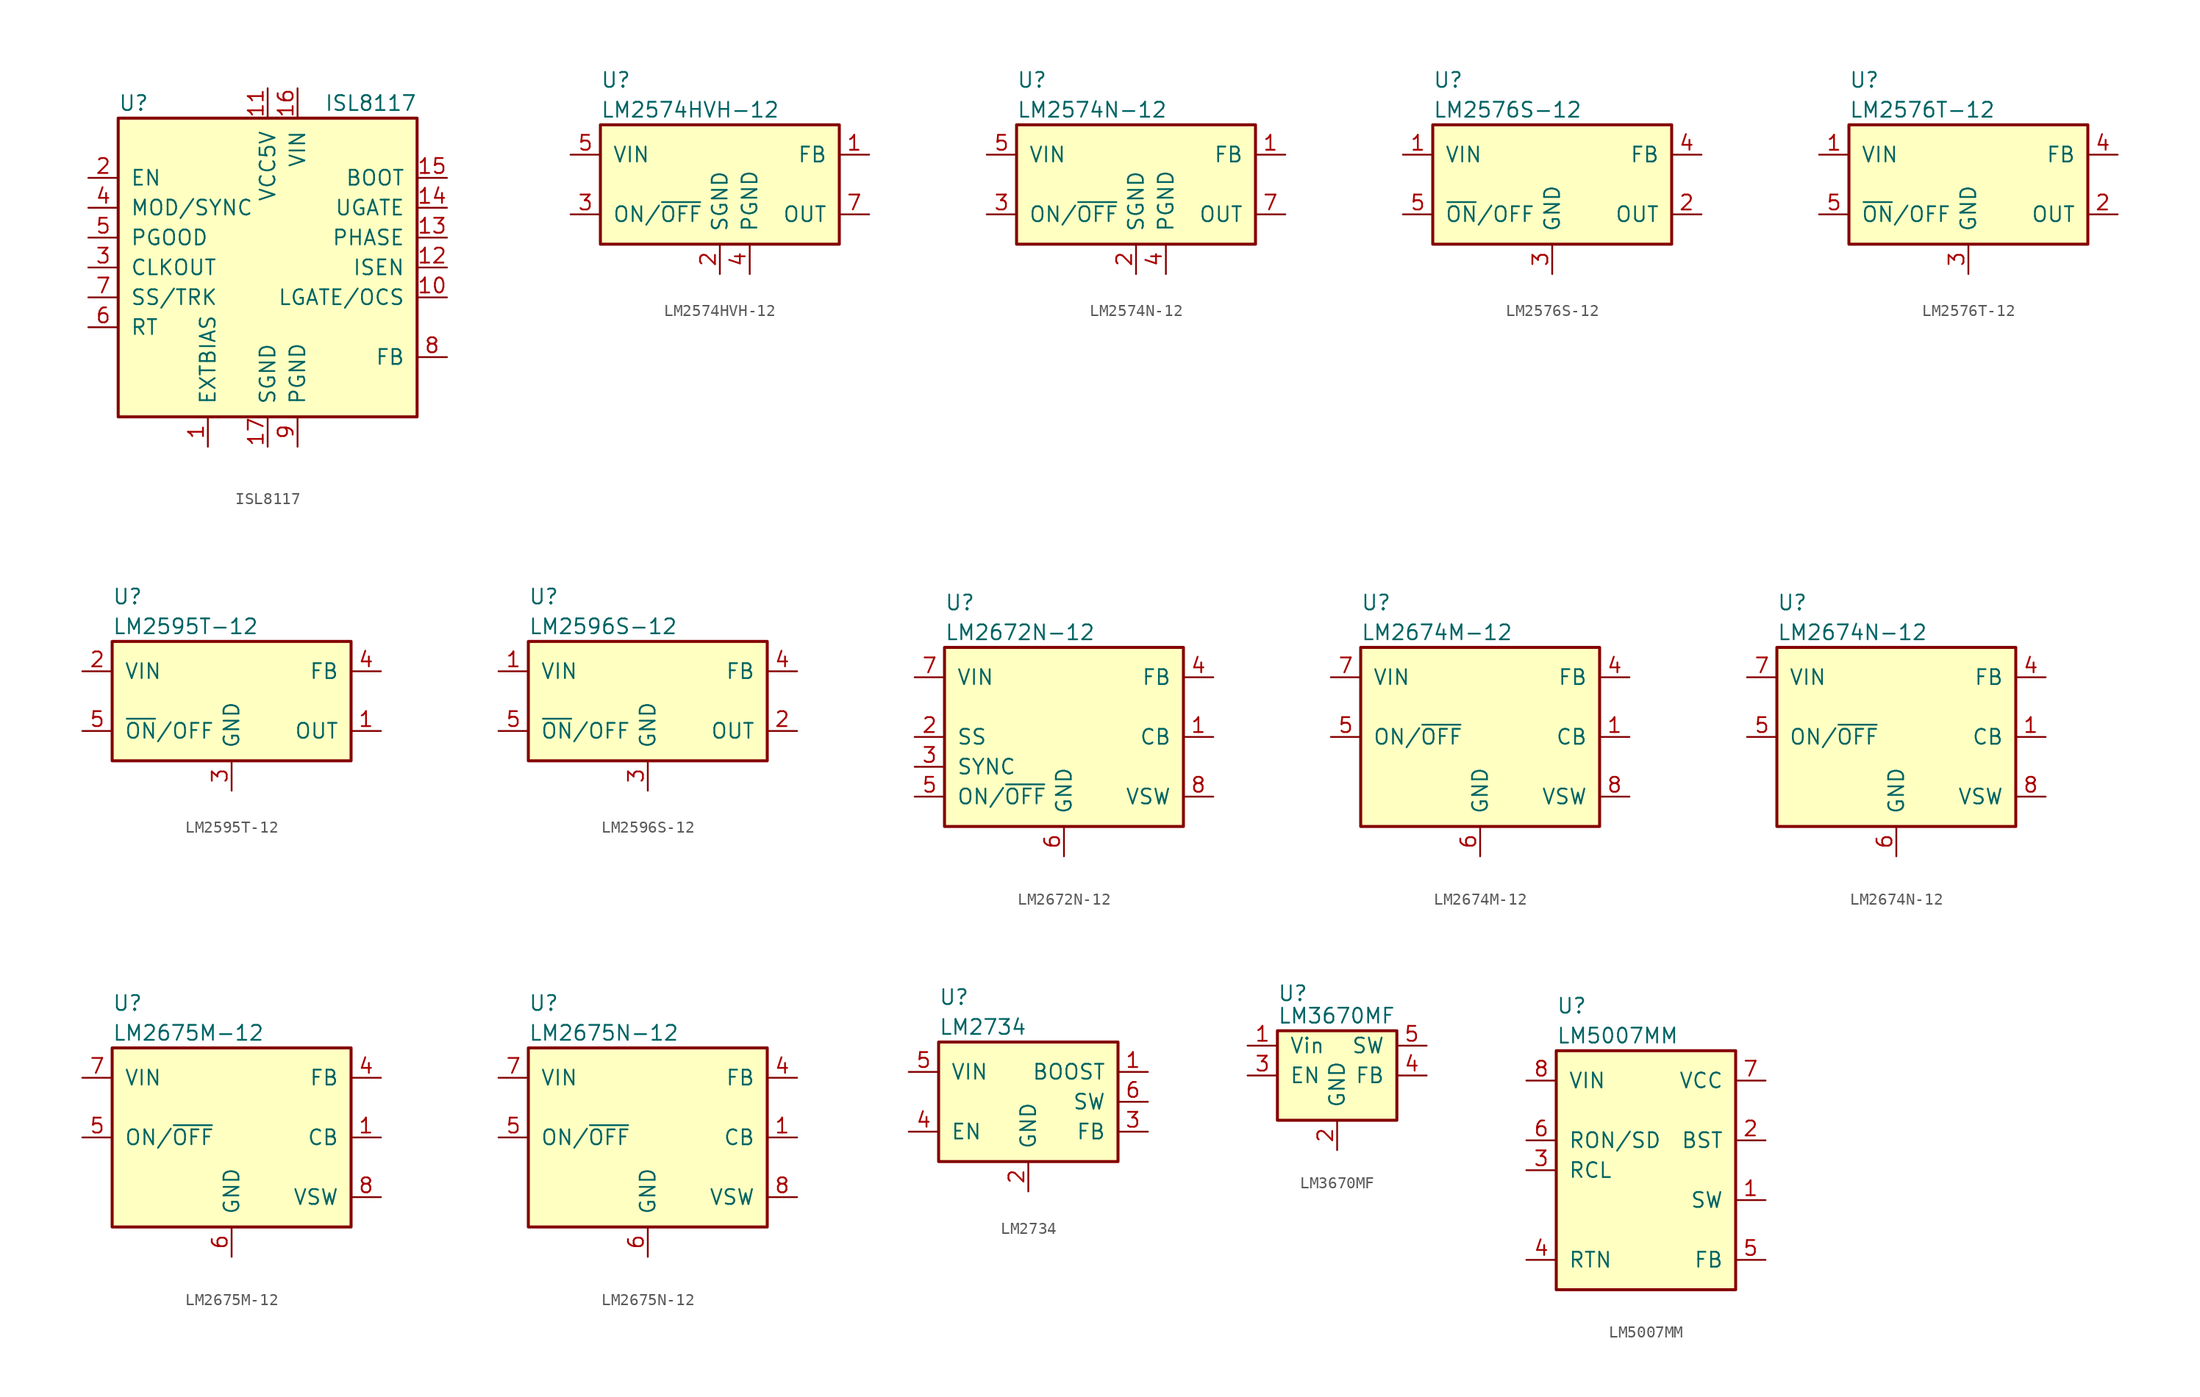
<source format=kicad_sym>
(kicad_symbol_lib
  (version 20211014)
  (generator kicad_symbol_editor)
  (symbol "ISL8117"
    (pin_names
      (offset 1.016))
    (property "Reference" "U"
      (at -12.7 13.97 0)
      (effects (font (size 1.27 1.27)) (justify left)))
    (property "Value" "ISL8117"
      (at 12.7 13.97 0)
      (effects (font (size 1.27 1.27)) (justify right)))
    (symbol "ISL8117_0_1"
      (rectangle (start -12.7 12.7) (end 12.7 -12.7) (stroke (width 0.254) (type default) (color 0 0 0 0)) (fill (type background))))
    (symbol "ISL8117_1_1"
      (pin input line (at -5.08 -15.24 90) (length 2.54) (name "EXTBIAS" (effects (font (size 1.27 1.27)))) (number "1" (effects (font (size 1.27 1.27)))))
      (pin input line (at 15.24 -2.54 180) (length 2.54) (name "LGATE/OCS" (effects (font (size 1.27 1.27)))) (number "10" (effects (font (size 1.27 1.27)))))
      (pin power_in line (at 0 15.24 270) (length 2.54) (name "VCC5V" (effects (font (size 1.27 1.27)))) (number "11" (effects (font (size 1.27 1.27)))))
      (pin input line (at 15.24 0 180) (length 2.54) (name "ISEN" (effects (font (size 1.27 1.27)))) (number "12" (effects (font (size 1.27 1.27)))))
      (pin input line (at 15.24 2.54 180) (length 2.54) (name "PHASE" (effects (font (size 1.27 1.27)))) (number "13" (effects (font (size 1.27 1.27)))))
      (pin output line (at 15.24 5.08 180) (length 2.54) (name "UGATE" (effects (font (size 1.27 1.27)))) (number "14" (effects (font (size 1.27 1.27)))))
      (pin input line (at 15.24 7.62 180) (length 2.54) (name "BOOT" (effects (font (size 1.27 1.27)))) (number "15" (effects (font (size 1.27 1.27)))))
      (pin power_in line (at 2.54 15.24 270) (length 2.54) (name "VIN" (effects (font (size 1.27 1.27)))) (number "16" (effects (font (size 1.27 1.27)))))
      (pin power_in line (at 0 -15.24 90) (length 2.54) (name "SGND" (effects (font (size 1.27 1.27)))) (number "17" (effects (font (size 1.27 1.27)))))
      (pin input line (at -15.24 7.62 0) (length 2.54) (name "EN" (effects (font (size 1.27 1.27)))) (number "2" (effects (font (size 1.27 1.27)))))
      (pin input line (at -15.24 0 0) (length 2.54) (name "CLKOUT" (effects (font (size 1.27 1.27)))) (number "3" (effects (font (size 1.27 1.27)))))
      (pin input line (at -15.24 5.08 0) (length 2.54) (name "MOD/SYNC" (effects (font (size 1.27 1.27)))) (number "4" (effects (font (size 1.27 1.27)))))
      (pin input line (at -15.24 2.54 0) (length 2.54) (name "PGOOD" (effects (font (size 1.27 1.27)))) (number "5" (effects (font (size 1.27 1.27)))))
      (pin input line (at -15.24 -5.08 0) (length 2.54) (name "RT" (effects (font (size 1.27 1.27)))) (number "6" (effects (font (size 1.27 1.27)))))
      (pin input line (at -15.24 -2.54 0) (length 2.54) (name "SS/TRK" (effects (font (size 1.27 1.27)))) (number "7" (effects (font (size 1.27 1.27)))))
      (pin input line (at 15.24 -7.62 180) (length 2.54) (name "FB" (effects (font (size 1.27 1.27)))) (number "8" (effects (font (size 1.27 1.27)))))
      (pin power_in line (at 2.54 -15.24 90) (length 2.54) (name "PGND" (effects (font (size 1.27 1.27)))) (number "9" (effects (font (size 1.27 1.27)))))))
  (symbol "LM2574HVH-12"
    (pin_names
      (offset 1.016))
    (property "Reference" "U"
      (at -10.16 8.89 0)
      (effects (font (size 1.27 1.27)) (justify left)))
    (property "Value" "LM2574HVH-12"
      (at -10.16 6.35 0)
      (effects (font (size 1.27 1.27)) (justify left)))
    (symbol "LM2574HVH-12_0_1"
      (rectangle (start -10.16 5.08) (end 10.16 -5.08) (stroke (width 0.254) (type default) (color 0 0 0 0)) (fill (type background))))
    (symbol "LM2574HVH-12_1_1"
      (pin input line (at 12.7 2.54 180) (length 2.54) (name "FB" (effects (font (size 1.27 1.27)))) (number "1" (effects (font (size 1.27 1.27)))))
      (pin power_in line (at 0 -7.62 90) (length 2.54) (name "SGND" (effects (font (size 1.27 1.27)))) (number "2" (effects (font (size 1.27 1.27)))))
      (pin input line (at -12.7 -2.54 0) (length 2.54) (name "ON/~{OFF}" (effects (font (size 1.27 1.27)))) (number "3" (effects (font (size 1.27 1.27)))))
      (pin power_in line (at 2.54 -7.62 90) (length 2.54) (name "PGND" (effects (font (size 1.27 1.27)))) (number "4" (effects (font (size 1.27 1.27)))))
      (pin power_in line (at -12.7 2.54 0) (length 2.54) (name "VIN" (effects (font (size 1.27 1.27)))) (number "5" (effects (font (size 1.27 1.27)))))
      (pin output line (at 12.7 -2.54 180) (length 2.54) (name "OUT" (effects (font (size 1.27 1.27)))) (number "7" (effects (font (size 1.27 1.27)))))))
  (symbol "LM2574N-12"
    (pin_names
      (offset 1.016))
    (property "Reference" "U"
      (at -10.16 8.89 0)
      (effects (font (size 1.27 1.27)) (justify left)))
    (property "Value" "LM2574N-12"
      (at -10.16 6.35 0)
      (effects (font (size 1.27 1.27)) (justify left)))
    (symbol "LM2574N-12_0_1"
      (rectangle (start -10.16 5.08) (end 10.16 -5.08) (stroke (width 0.254) (type default) (color 0 0 0 0)) (fill (type background))))
    (symbol "LM2574N-12_1_1"
      (pin input line (at 12.7 2.54 180) (length 2.54) (name "FB" (effects (font (size 1.27 1.27)))) (number "1" (effects (font (size 1.27 1.27)))))
      (pin power_in line (at 0 -7.62 90) (length 2.54) (name "SGND" (effects (font (size 1.27 1.27)))) (number "2" (effects (font (size 1.27 1.27)))))
      (pin input line (at -12.7 -2.54 0) (length 2.54) (name "ON/~{OFF}" (effects (font (size 1.27 1.27)))) (number "3" (effects (font (size 1.27 1.27)))))
      (pin power_in line (at 2.54 -7.62 90) (length 2.54) (name "PGND" (effects (font (size 1.27 1.27)))) (number "4" (effects (font (size 1.27 1.27)))))
      (pin power_in line (at -12.7 2.54 0) (length 2.54) (name "VIN" (effects (font (size 1.27 1.27)))) (number "5" (effects (font (size 1.27 1.27)))))
      (pin output line (at 12.7 -2.54 180) (length 2.54) (name "OUT" (effects (font (size 1.27 1.27)))) (number "7" (effects (font (size 1.27 1.27)))))))
  (symbol "LM2576S-12"
    (pin_names
      (offset 1.016))
    (property "Reference" "U"
      (at -10.16 8.89 0)
      (effects (font (size 1.27 1.27)) (justify left)))
    (property "Value" "LM2576S-12"
      (at -10.16 6.35 0)
      (effects (font (size 1.27 1.27)) (justify left)))
    (symbol "LM2576S-12_0_1"
      (rectangle (start -10.16 5.08) (end 10.16 -5.08) (stroke (width 0.254) (type default) (color 0 0 0 0)) (fill (type background))))
    (symbol "LM2576S-12_1_1"
      (pin power_in line (at -12.7 2.54 0) (length 2.54) (name "VIN" (effects (font (size 1.27 1.27)))) (number "1" (effects (font (size 1.27 1.27)))))
      (pin output line (at 12.7 -2.54 180) (length 2.54) (name "OUT" (effects (font (size 1.27 1.27)))) (number "2" (effects (font (size 1.27 1.27)))))
      (pin power_in line (at 0 -7.62 90) (length 2.54) (name "GND" (effects (font (size 1.27 1.27)))) (number "3" (effects (font (size 1.27 1.27)))))
      (pin input line (at 12.7 2.54 180) (length 2.54) (name "FB" (effects (font (size 1.27 1.27)))) (number "4" (effects (font (size 1.27 1.27)))))
      (pin input line (at -12.7 -2.54 0) (length 2.54) (name "~{ON}/OFF" (effects (font (size 1.27 1.27)))) (number "5" (effects (font (size 1.27 1.27)))))))
  (symbol "LM2576T-12"
    (pin_names
      (offset 1.016))
    (property "Reference" "U"
      (at -10.16 8.89 0)
      (effects (font (size 1.27 1.27)) (justify left)))
    (property "Value" "LM2576T-12"
      (at -10.16 6.35 0)
      (effects (font (size 1.27 1.27)) (justify left)))
    (symbol "LM2576T-12_0_1"
      (rectangle (start -10.16 5.08) (end 10.16 -5.08) (stroke (width 0.254) (type default) (color 0 0 0 0)) (fill (type background))))
    (symbol "LM2576T-12_1_1"
      (pin power_in line (at -12.7 2.54 0) (length 2.54) (name "VIN" (effects (font (size 1.27 1.27)))) (number "1" (effects (font (size 1.27 1.27)))))
      (pin output line (at 12.7 -2.54 180) (length 2.54) (name "OUT" (effects (font (size 1.27 1.27)))) (number "2" (effects (font (size 1.27 1.27)))))
      (pin power_in line (at 0 -7.62 90) (length 2.54) (name "GND" (effects (font (size 1.27 1.27)))) (number "3" (effects (font (size 1.27 1.27)))))
      (pin input line (at 12.7 2.54 180) (length 2.54) (name "FB" (effects (font (size 1.27 1.27)))) (number "4" (effects (font (size 1.27 1.27)))))
      (pin input line (at -12.7 -2.54 0) (length 2.54) (name "~{ON}/OFF" (effects (font (size 1.27 1.27)))) (number "5" (effects (font (size 1.27 1.27)))))))
  (symbol "LM2595T-12"
    (pin_names
      (offset 1.016))
    (property "Reference" "U"
      (at -10.16 8.89 0)
      (effects (font (size 1.27 1.27)) (justify left)))
    (property "Value" "LM2595T-12"
      (at -10.16 6.35 0)
      (effects (font (size 1.27 1.27)) (justify left)))
    (symbol "LM2595T-12_0_1"
      (rectangle (start -10.16 5.08) (end 10.16 -5.08) (stroke (width 0.254) (type default) (color 0 0 0 0)) (fill (type background))))
    (symbol "LM2595T-12_1_1"
      (pin output line (at 12.7 -2.54 180) (length 2.54) (name "OUT" (effects (font (size 1.27 1.27)))) (number "1" (effects (font (size 1.27 1.27)))))
      (pin power_in line (at -12.7 2.54 0) (length 2.54) (name "VIN" (effects (font (size 1.27 1.27)))) (number "2" (effects (font (size 1.27 1.27)))))
      (pin power_in line (at 0 -7.62 90) (length 2.54) (name "GND" (effects (font (size 1.27 1.27)))) (number "3" (effects (font (size 1.27 1.27)))))
      (pin input line (at 12.7 2.54 180) (length 2.54) (name "FB" (effects (font (size 1.27 1.27)))) (number "4" (effects (font (size 1.27 1.27)))))
      (pin input line (at -12.7 -2.54 0) (length 2.54) (name "~{ON}/OFF" (effects (font (size 1.27 1.27)))) (number "5" (effects (font (size 1.27 1.27)))))))
  (symbol "LM2596S-12"
    (pin_names
      (offset 1.016))
    (property "Reference" "U"
      (at -10.16 8.89 0)
      (effects (font (size 1.27 1.27)) (justify left)))
    (property "Value" "LM2596S-12"
      (at -10.16 6.35 0)
      (effects (font (size 1.27 1.27)) (justify left)))
    (symbol "LM2596S-12_0_1"
      (rectangle (start -10.16 5.08) (end 10.16 -5.08) (stroke (width 0.254) (type default) (color 0 0 0 0)) (fill (type background))))
    (symbol "LM2596S-12_1_1"
      (pin power_in line (at -12.7 2.54 0) (length 2.54) (name "VIN" (effects (font (size 1.27 1.27)))) (number "1" (effects (font (size 1.27 1.27)))))
      (pin output line (at 12.7 -2.54 180) (length 2.54) (name "OUT" (effects (font (size 1.27 1.27)))) (number "2" (effects (font (size 1.27 1.27)))))
      (pin power_in line (at 0 -7.62 90) (length 2.54) (name "GND" (effects (font (size 1.27 1.27)))) (number "3" (effects (font (size 1.27 1.27)))))
      (pin input line (at 12.7 2.54 180) (length 2.54) (name "FB" (effects (font (size 1.27 1.27)))) (number "4" (effects (font (size 1.27 1.27)))))
      (pin input line (at -12.7 -2.54 0) (length 2.54) (name "~{ON}/OFF" (effects (font (size 1.27 1.27)))) (number "5" (effects (font (size 1.27 1.27)))))))
  (symbol "LM2672N-12"
    (pin_names
      (offset 1.016))
    (property "Reference" "U"
      (at -10.16 11.43 0)
      (effects (font (size 1.27 1.27)) (justify left)))
    (property "Value" "LM2672N-12"
      (at -10.16 8.89 0)
      (effects (font (size 1.27 1.27)) (justify left)))
    (symbol "LM2672N-12_0_1"
      (rectangle (start -10.16 7.62) (end 10.16 -7.62) (stroke (width 0.254) (type default) (color 0 0 0 0)) (fill (type background))))
    (symbol "LM2672N-12_1_1"
      (pin input line (at 12.7 0 180) (length 2.54) (name "CB" (effects (font (size 1.27 1.27)))) (number "1" (effects (font (size 1.27 1.27)))))
      (pin input line (at -12.7 0 0) (length 2.54) (name "SS" (effects (font (size 1.27 1.27)))) (number "2" (effects (font (size 1.27 1.27)))))
      (pin input line (at -12.7 -2.54 0) (length 2.54) (name "SYNC" (effects (font (size 1.27 1.27)))) (number "3" (effects (font (size 1.27 1.27)))))
      (pin input line (at 12.7 5.08 180) (length 2.54) (name "FB" (effects (font (size 1.27 1.27)))) (number "4" (effects (font (size 1.27 1.27)))))
      (pin input line (at -12.7 -5.08 0) (length 2.54) (name "ON/~{OFF}" (effects (font (size 1.27 1.27)))) (number "5" (effects (font (size 1.27 1.27)))))
      (pin power_in line (at 0 -10.16 90) (length 2.54) (name "GND" (effects (font (size 1.27 1.27)))) (number "6" (effects (font (size 1.27 1.27)))))
      (pin power_in line (at -12.7 5.08 0) (length 2.54) (name "VIN" (effects (font (size 1.27 1.27)))) (number "7" (effects (font (size 1.27 1.27)))))
      (pin output line (at 12.7 -5.08 180) (length 2.54) (name "VSW" (effects (font (size 1.27 1.27)))) (number "8" (effects (font (size 1.27 1.27)))))))
  (symbol "LM2674M-12"
    (pin_names
      (offset 1.016))
    (property "Reference" "U"
      (at -10.16 11.43 0)
      (effects (font (size 1.27 1.27)) (justify left)))
    (property "Value" "LM2674M-12"
      (at -10.16 8.89 0)
      (effects (font (size 1.27 1.27)) (justify left)))
    (symbol "LM2674M-12_0_1"
      (rectangle (start -10.16 7.62) (end 10.16 -7.62) (stroke (width 0.254) (type default) (color 0 0 0 0)) (fill (type background))))
    (symbol "LM2674M-12_1_1"
      (pin input line (at 12.7 0 180) (length 2.54) (name "CB" (effects (font (size 1.27 1.27)))) (number "1" (effects (font (size 1.27 1.27)))))
      (pin input line (at 12.7 5.08 180) (length 2.54) (name "FB" (effects (font (size 1.27 1.27)))) (number "4" (effects (font (size 1.27 1.27)))))
      (pin input line (at -12.7 0 0) (length 2.54) (name "ON/~{OFF}" (effects (font (size 1.27 1.27)))) (number "5" (effects (font (size 1.27 1.27)))))
      (pin power_in line (at 0 -10.16 90) (length 2.54) (name "GND" (effects (font (size 1.27 1.27)))) (number "6" (effects (font (size 1.27 1.27)))))
      (pin power_in line (at -12.7 5.08 0) (length 2.54) (name "VIN" (effects (font (size 1.27 1.27)))) (number "7" (effects (font (size 1.27 1.27)))))
      (pin output line (at 12.7 -5.08 180) (length 2.54) (name "VSW" (effects (font (size 1.27 1.27)))) (number "8" (effects (font (size 1.27 1.27)))))))
  (symbol "LM2674N-12"
    (pin_names
      (offset 1.016))
    (property "Reference" "U"
      (at -10.16 11.43 0)
      (effects (font (size 1.27 1.27)) (justify left)))
    (property "Value" "LM2674N-12"
      (at -10.16 8.89 0)
      (effects (font (size 1.27 1.27)) (justify left)))
    (symbol "LM2674N-12_0_1"
      (rectangle (start -10.16 7.62) (end 10.16 -7.62) (stroke (width 0.254) (type default) (color 0 0 0 0)) (fill (type background))))
    (symbol "LM2674N-12_1_1"
      (pin input line (at 12.7 0 180) (length 2.54) (name "CB" (effects (font (size 1.27 1.27)))) (number "1" (effects (font (size 1.27 1.27)))))
      (pin input line (at 12.7 5.08 180) (length 2.54) (name "FB" (effects (font (size 1.27 1.27)))) (number "4" (effects (font (size 1.27 1.27)))))
      (pin input line (at -12.7 0 0) (length 2.54) (name "ON/~{OFF}" (effects (font (size 1.27 1.27)))) (number "5" (effects (font (size 1.27 1.27)))))
      (pin power_in line (at 0 -10.16 90) (length 2.54) (name "GND" (effects (font (size 1.27 1.27)))) (number "6" (effects (font (size 1.27 1.27)))))
      (pin power_in line (at -12.7 5.08 0) (length 2.54) (name "VIN" (effects (font (size 1.27 1.27)))) (number "7" (effects (font (size 1.27 1.27)))))
      (pin output line (at 12.7 -5.08 180) (length 2.54) (name "VSW" (effects (font (size 1.27 1.27)))) (number "8" (effects (font (size 1.27 1.27)))))))
  (symbol "LM2675M-12"
    (pin_names
      (offset 1.016))
    (property "Reference" "U"
      (at -10.16 11.43 0)
      (effects (font (size 1.27 1.27)) (justify left)))
    (property "Value" "LM2675M-12"
      (at -10.16 8.89 0)
      (effects (font (size 1.27 1.27)) (justify left)))
    (symbol "LM2675M-12_0_1"
      (rectangle (start -10.16 7.62) (end 10.16 -7.62) (stroke (width 0.254) (type default) (color 0 0 0 0)) (fill (type background))))
    (symbol "LM2675M-12_1_1"
      (pin input line (at 12.7 0 180) (length 2.54) (name "CB" (effects (font (size 1.27 1.27)))) (number "1" (effects (font (size 1.27 1.27)))))
      (pin input line (at 12.7 5.08 180) (length 2.54) (name "FB" (effects (font (size 1.27 1.27)))) (number "4" (effects (font (size 1.27 1.27)))))
      (pin input line (at -12.7 0 0) (length 2.54) (name "ON/~{OFF}" (effects (font (size 1.27 1.27)))) (number "5" (effects (font (size 1.27 1.27)))))
      (pin power_in line (at 0 -10.16 90) (length 2.54) (name "GND" (effects (font (size 1.27 1.27)))) (number "6" (effects (font (size 1.27 1.27)))))
      (pin power_in line (at -12.7 5.08 0) (length 2.54) (name "VIN" (effects (font (size 1.27 1.27)))) (number "7" (effects (font (size 1.27 1.27)))))
      (pin output line (at 12.7 -5.08 180) (length 2.54) (name "VSW" (effects (font (size 1.27 1.27)))) (number "8" (effects (font (size 1.27 1.27)))))))
  (symbol "LM2675N-12"
    (pin_names
      (offset 1.016))
    (property "Reference" "U"
      (at -10.16 11.43 0)
      (effects (font (size 1.27 1.27)) (justify left)))
    (property "Value" "LM2675N-12"
      (at -10.16 8.89 0)
      (effects (font (size 1.27 1.27)) (justify left)))
    (symbol "LM2675N-12_0_1"
      (rectangle (start -10.16 7.62) (end 10.16 -7.62) (stroke (width 0.254) (type default) (color 0 0 0 0)) (fill (type background))))
    (symbol "LM2675N-12_1_1"
      (pin input line (at 12.7 0 180) (length 2.54) (name "CB" (effects (font (size 1.27 1.27)))) (number "1" (effects (font (size 1.27 1.27)))))
      (pin input line (at 12.7 5.08 180) (length 2.54) (name "FB" (effects (font (size 1.27 1.27)))) (number "4" (effects (font (size 1.27 1.27)))))
      (pin input line (at -12.7 0 0) (length 2.54) (name "ON/~{OFF}" (effects (font (size 1.27 1.27)))) (number "5" (effects (font (size 1.27 1.27)))))
      (pin power_in line (at 0 -10.16 90) (length 2.54) (name "GND" (effects (font (size 1.27 1.27)))) (number "6" (effects (font (size 1.27 1.27)))))
      (pin power_in line (at -12.7 5.08 0) (length 2.54) (name "VIN" (effects (font (size 1.27 1.27)))) (number "7" (effects (font (size 1.27 1.27)))))
      (pin output line (at 12.7 -5.08 180) (length 2.54) (name "VSW" (effects (font (size 1.27 1.27)))) (number "8" (effects (font (size 1.27 1.27)))))))
  (symbol "LM2734"
    (pin_names
      (offset 1.016))
    (property "Reference" "U"
      (at -7.62 8.89 0)
      (effects (font (size 1.27 1.27)) (justify left)))
    (property "Value" "LM2734"
      (at -7.62 6.35 0)
      (effects (font (size 1.27 1.27)) (justify left)))
    (symbol "LM2734_0_1"
      (rectangle (start -7.62 5.08) (end 7.62 -5.08) (stroke (width 0.254) (type default) (color 0 0 0 0)) (fill (type background)))
      (pin input line (at 10.16 2.54 180) (length 2.54) (name "BOOST" (effects (font (size 1.27 1.27)))) (number "1" (effects (font (size 1.27 1.27))))))
    (symbol "LM2734_1_1"
      (pin power_in line (at 0 -7.62 90) (length 2.54) (name "GND" (effects (font (size 1.27 1.27)))) (number "2" (effects (font (size 1.27 1.27)))))
      (pin input line (at 10.16 -2.54 180) (length 2.54) (name "FB" (effects (font (size 1.27 1.27)))) (number "3" (effects (font (size 1.27 1.27)))))
      (pin input line (at -10.16 -2.54 0) (length 2.54) (name "EN" (effects (font (size 1.27 1.27)))) (number "4" (effects (font (size 1.27 1.27)))))
      (pin power_in line (at -10.16 2.54 0) (length 2.54) (name "VIN" (effects (font (size 1.27 1.27)))) (number "5" (effects (font (size 1.27 1.27)))))
      (pin output line (at 10.16 0 180) (length 2.54) (name "SW" (effects (font (size 1.27 1.27)))) (number "6" (effects (font (size 1.27 1.27)))))))
  (symbol "LM3670MF"
    (pin_names
      (offset 1.016))
    (property "Reference" "U"
      (at -5.08 6.985 0)
      (effects (font (size 1.27 1.27)) (justify left)))
    (property "Value" "LM3670MF"
      (at -5.08 5.08 0)
      (effects (font (size 1.27 1.27)) (justify left)))
    (symbol "LM3670MF_0_1"
      (rectangle (start -5.08 3.81) (end 5.08 -3.81) (stroke (width 0.254) (type default) (color 0 0 0 0)) (fill (type background))))
    (symbol "LM3670MF_1_1"
      (pin power_in line (at -7.62 2.54 0) (length 2.54) (name "Vin" (effects (font (size 1.27 1.27)))) (number "1" (effects (font (size 1.27 1.27)))))
      (pin power_in line (at 0 -6.35 90) (length 2.54) (name "GND" (effects (font (size 1.27 1.27)))) (number "2" (effects (font (size 1.27 1.27)))))
      (pin input line (at -7.62 0 0) (length 2.54) (name "EN" (effects (font (size 1.27 1.27)))) (number "3" (effects (font (size 1.27 1.27)))))
      (pin input line (at 7.62 0 180) (length 2.54) (name "FB" (effects (font (size 1.27 1.27)))) (number "4" (effects (font (size 1.27 1.27)))))
      (pin output line (at 7.62 2.54 180) (length 2.54) (name "SW" (effects (font (size 1.27 1.27)))) (number "5" (effects (font (size 1.27 1.27)))))))
  (symbol "LM5007MM"
    (pin_names
      (offset 1.016))
    (property "Reference" "U"
      (at -7.62 13.97 0)
      (effects (font (size 1.27 1.27)) (justify left)))
    (property "Value" "LM5007MM"
      (at -7.62 11.43 0)
      (effects (font (size 1.27 1.27)) (justify left)))
    (symbol "LM5007MM_0_1"
      (rectangle (start -7.62 10.16) (end 7.62 -10.16) (stroke (width 0.254) (type default) (color 0 0 0 0)) (fill (type background))))
    (symbol "LM5007MM_1_1"
      (pin output line (at 10.16 -2.54 180) (length 2.54) (name "SW" (effects (font (size 1.27 1.27)))) (number "1" (effects (font (size 1.27 1.27)))))
      (pin input line (at 10.16 2.54 180) (length 2.54) (name "BST" (effects (font (size 1.27 1.27)))) (number "2" (effects (font (size 1.27 1.27)))))
      (pin input line (at -10.16 0 0) (length 2.54) (name "RCL" (effects (font (size 1.27 1.27)))) (number "3" (effects (font (size 1.27 1.27)))))
      (pin power_in line (at -10.16 -7.62 0) (length 2.54) (name "RTN" (effects (font (size 1.27 1.27)))) (number "4" (effects (font (size 1.27 1.27)))))
      (pin input line (at 10.16 -7.62 180) (length 2.54) (name "FB" (effects (font (size 1.27 1.27)))) (number "5" (effects (font (size 1.27 1.27)))))
      (pin input line (at -10.16 2.54 0) (length 2.54) (name "RON/SD" (effects (font (size 1.27 1.27)))) (number "6" (effects (font (size 1.27 1.27)))))
      (pin output line (at 10.16 7.62 180) (length 2.54) (name "VCC" (effects (font (size 1.27 1.27)))) (number "7" (effects (font (size 1.27 1.27)))))
      (pin input line (at -10.16 7.62 0) (length 2.54) (name "VIN" (effects (font (size 1.27 1.27)))) (number "8" (effects (font (size 1.27 1.27))))))))
</source>
